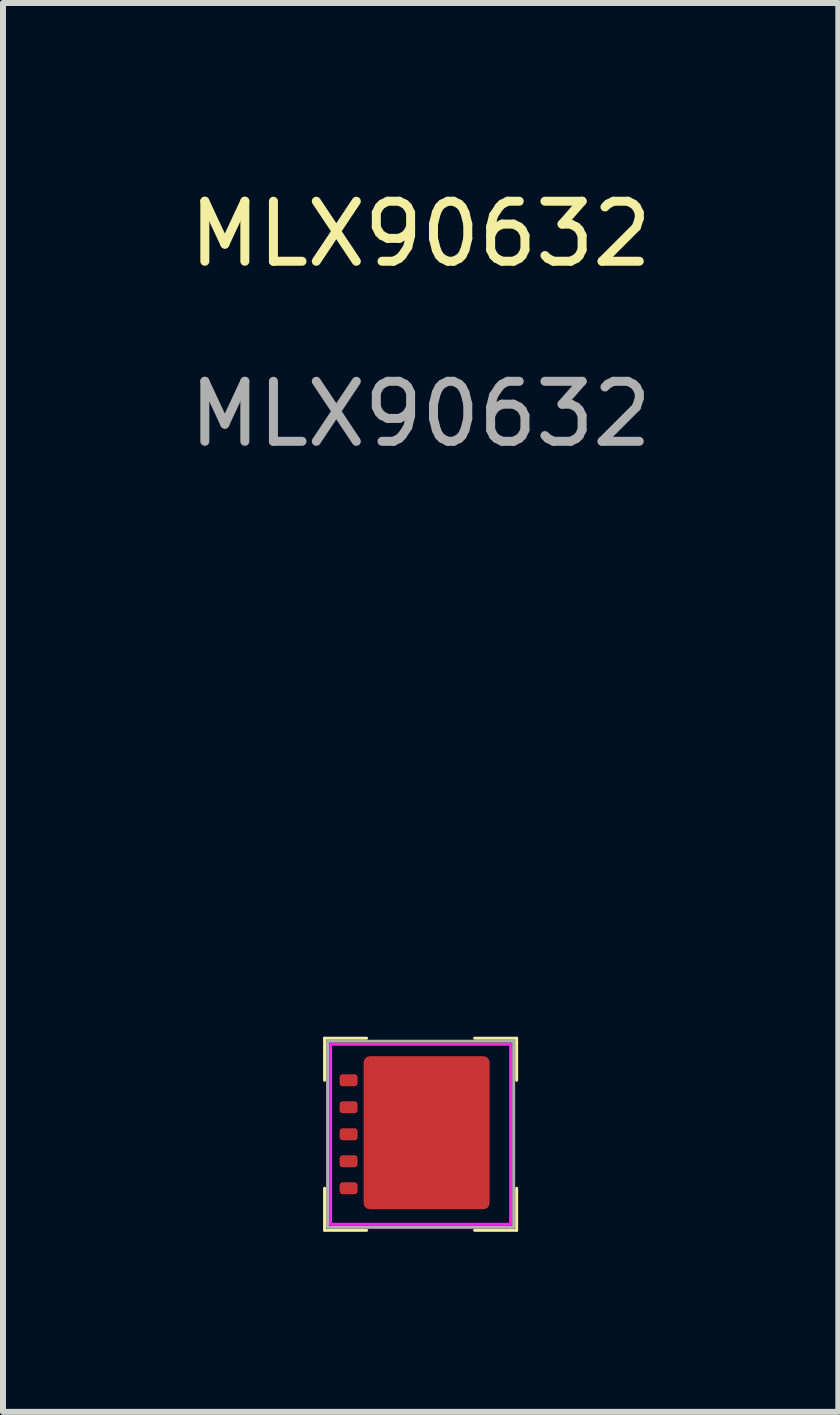
<source format=kicad_pcb>
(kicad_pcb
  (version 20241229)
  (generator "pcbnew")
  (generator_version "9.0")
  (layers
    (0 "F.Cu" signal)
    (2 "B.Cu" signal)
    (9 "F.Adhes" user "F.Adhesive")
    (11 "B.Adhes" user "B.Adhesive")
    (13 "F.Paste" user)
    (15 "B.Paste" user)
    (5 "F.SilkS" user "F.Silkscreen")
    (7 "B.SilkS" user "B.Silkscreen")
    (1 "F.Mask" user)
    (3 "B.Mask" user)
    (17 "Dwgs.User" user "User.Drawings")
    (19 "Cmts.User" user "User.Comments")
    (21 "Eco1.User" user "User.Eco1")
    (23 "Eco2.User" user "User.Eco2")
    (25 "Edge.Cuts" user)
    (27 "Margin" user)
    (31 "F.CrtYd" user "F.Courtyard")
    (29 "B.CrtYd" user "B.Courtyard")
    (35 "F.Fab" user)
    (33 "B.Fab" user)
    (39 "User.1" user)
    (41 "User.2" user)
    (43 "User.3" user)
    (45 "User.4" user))
  (footprint "MLX90632"
    (layer "F.Cu")
    (at 3.958 15.848)
    (property "Reference" "MLX90632" (at 0 -15 0) (unlocked yes) (layer "F.SilkS") (effects (font (size 1 1) (thickness 0.15))))
    (attr smd)
    (fp_line (start -1.6 -1.6) (end -1.6 -0.9) (stroke (width 0.05) (type default)) (layer "F.SilkS"))
    (fp_line (start -1.6 -1.6) (end -0.9 -1.6) (stroke (width 0.05) (type default)) (layer "F.SilkS"))
    (fp_line (start -1.6 1.6) (end -1.6 0.9) (stroke (width 0.05) (type default)) (layer "F.SilkS"))
    (fp_line (start -1.6 1.6) (end -0.9 1.6) (stroke (width 0.05) (type default)) (layer "F.SilkS"))
    (fp_line (start 1.6 -1.6) (end 0.9 -1.6) (stroke (width 0.05) (type default)) (layer "F.SilkS"))
    (fp_line (start 1.6 -1.6) (end 1.6 -0.9) (stroke (width 0.05) (type default)) (layer "F.SilkS"))
    (fp_line (start 1.6 1.6) (end 0.9 1.6) (stroke (width 0.05) (type default)) (layer "F.SilkS"))
    (fp_line (start 1.6 1.6) (end 1.6 0.9) (stroke (width 0.05) (type default)) (layer "F.SilkS"))
    (fp_rect (start -1.5 -1.5) (end 1.5 1.5) (stroke (width 0.05) (type solid)) (fill no) (layer "F.CrtYd"))
    (fp_rect (start -1.55 -1.55) (end 1.55 1.55) (stroke (width 0.05) (type default)) (fill no) (layer "F.Fab"))
    (fp_text user "${REFERENCE}" (at 0 -12 0) (unlocked yes) (layer "F.Fab") (effects (font (size 1 1) (thickness 0.15))))
    (pad "1" smd roundrect (at -1.2 -0.9) (size 0.3 0.2) (layers "F.Cu" "F.Mask" "F.Paste") (roundrect_rratio 0.25))
    (pad "2" smd roundrect (at -1.2 -0.45) (size 0.3 0.2) (layers "F.Cu" "F.Mask" "F.Paste") (roundrect_rratio 0.25))
    (pad "3" smd roundrect (at -1.2 0) (size 0.3 0.2) (layers "F.Cu" "F.Mask" "F.Paste") (roundrect_rratio 0.25))
    (pad "4" smd roundrect (at -1.2 0.45) (size 0.3 0.2) (layers "F.Cu" "F.Mask" "F.Paste") (roundrect_rratio 0.25))
    (pad "5" smd roundrect (at -1.2 0.9) (size 0.3 0.2) (layers "F.Cu" "F.Mask" "F.Paste") (roundrect_rratio 0.25))
    (pad "6" smd roundrect (at 0.1 -0.025) (size 2.1 2.55) (layers "F.Cu" "F.Mask" "F.Paste") (roundrect_rratio 0.05)))
  (gr_rect
    (start -3 -3)
    (end 10.917 20.473)
    (stroke (width 0.1) (type default))
    (fill no)
    (layer "Edge.Cuts")))
</source>
